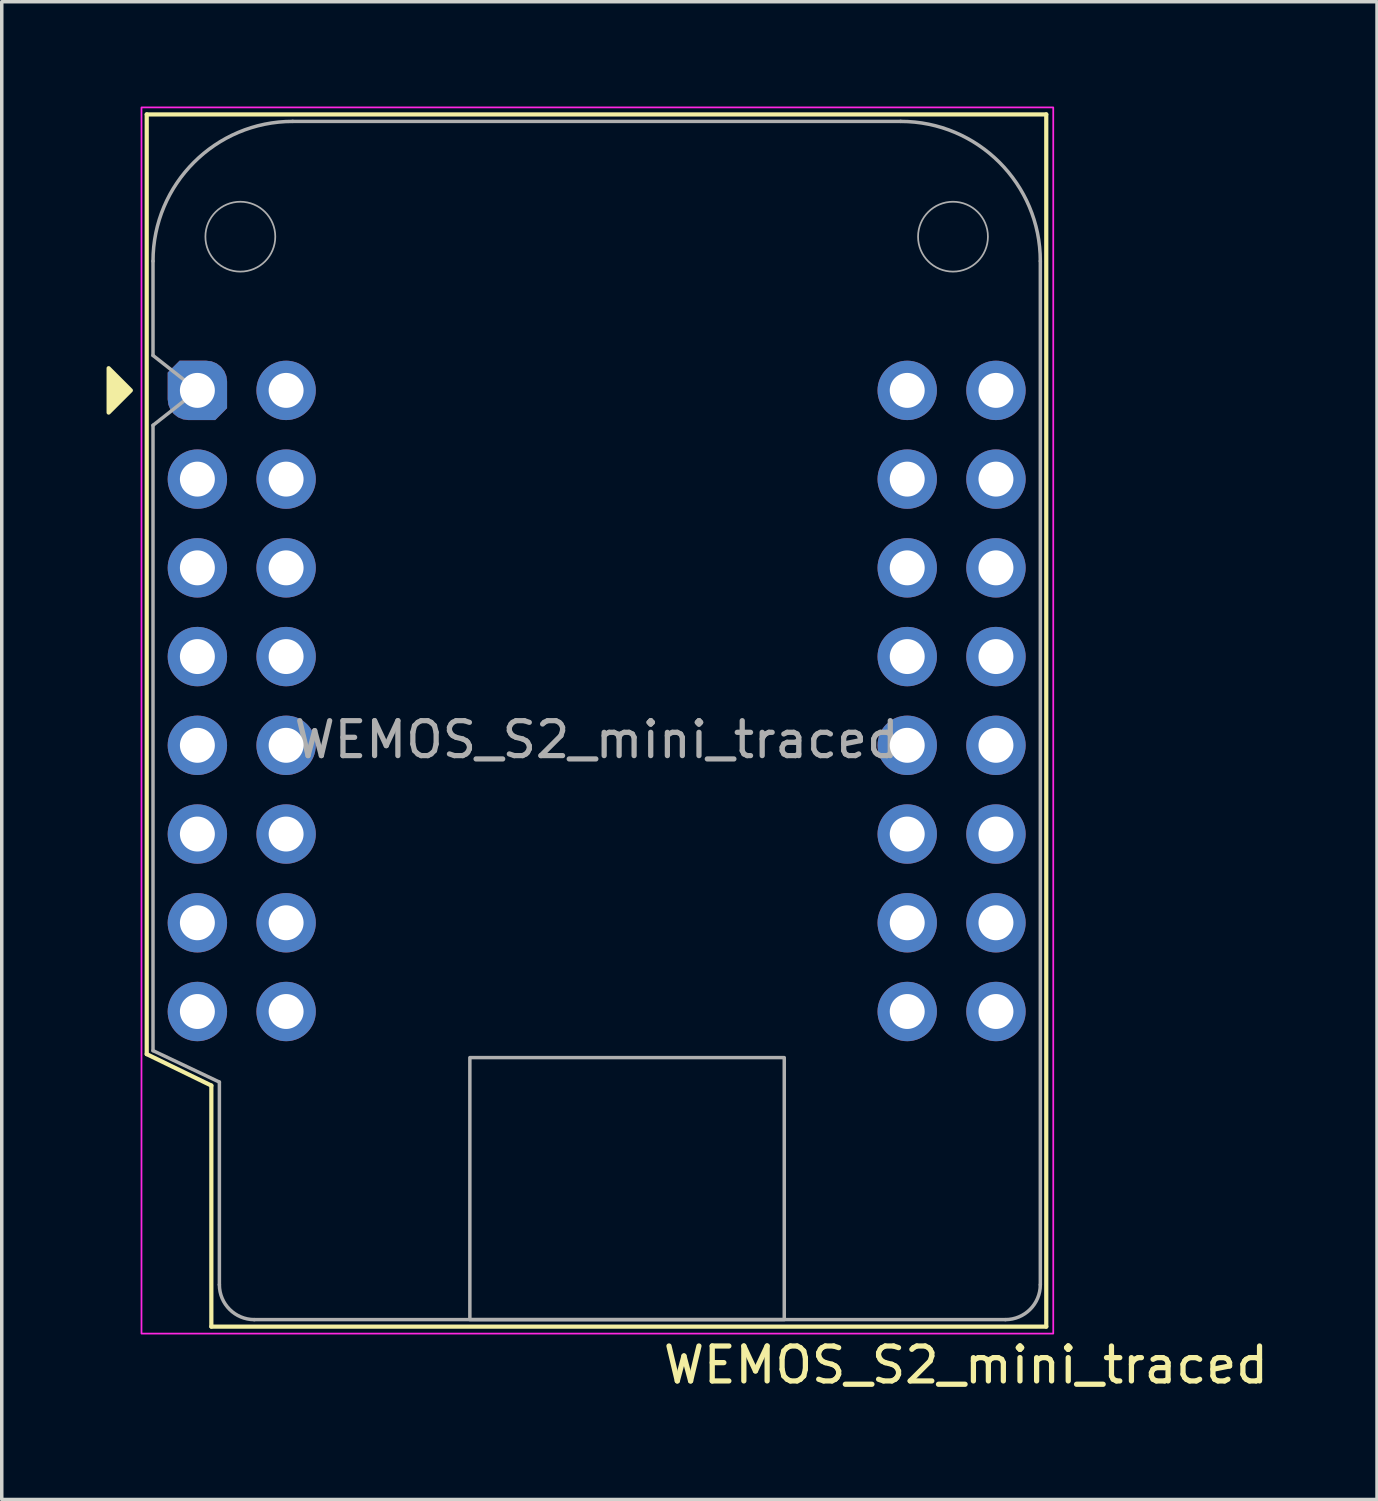
<source format=kicad_pcb>
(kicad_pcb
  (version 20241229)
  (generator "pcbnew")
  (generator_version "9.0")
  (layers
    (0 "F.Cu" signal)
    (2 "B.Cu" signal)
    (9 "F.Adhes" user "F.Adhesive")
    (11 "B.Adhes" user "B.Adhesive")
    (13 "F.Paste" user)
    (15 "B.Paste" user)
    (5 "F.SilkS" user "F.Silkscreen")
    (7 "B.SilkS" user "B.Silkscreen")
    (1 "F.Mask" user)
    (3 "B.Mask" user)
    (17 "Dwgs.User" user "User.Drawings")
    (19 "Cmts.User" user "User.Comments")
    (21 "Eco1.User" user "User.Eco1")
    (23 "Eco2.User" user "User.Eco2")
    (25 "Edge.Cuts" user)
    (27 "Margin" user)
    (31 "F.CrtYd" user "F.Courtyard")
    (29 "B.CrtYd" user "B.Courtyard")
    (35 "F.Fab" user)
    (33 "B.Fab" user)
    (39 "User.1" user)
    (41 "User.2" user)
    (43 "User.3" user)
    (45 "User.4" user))
  (footprint "WEMOS_S2_mini_traced"
    (layer "F.Cu")
    (at 2.6 8.125)
    (property "Reference" "WEMOS_S2_mini_traced" (at 22 27.9 0) (layer "F.SilkS") (effects (font (size 1 1) (thickness 0.15))))
    (attr through_hole)
    (fp_line (start -1.45 -7.9) (end 24.3 -7.9) (stroke (width 0.12) (type default)) (layer "F.SilkS"))
    (fp_line (start -1.45 19) (end -1.45 -7.9) (stroke (width 0.12) (type solid)) (layer "F.SilkS"))
    (fp_line (start -1.45 19) (end 0.4 19.9) (stroke (width 0.12) (type solid)) (layer "F.SilkS"))
    (fp_line (start 0.4 19.9) (end 0.4 26.8) (stroke (width 0.12) (type solid)) (layer "F.SilkS"))
    (fp_line (start 0.4 26.8) (end 24.3 26.8) (stroke (width 0.12) (type solid)) (layer "F.SilkS"))
    (fp_line (start 24.3 26.8) (end 24.3 -7.9) (stroke (width 0.12) (type solid)) (layer "F.SilkS"))
    (fp_poly (pts (xy -2.54 -0.635) (xy -2.54 0.635) (xy -1.905 0)) (stroke (width 0.12) (type solid)) (fill yes) (layer "F.SilkS"))
    (fp_rect (start -1.6 -8.1) (end 24.5 27) (stroke (width 0.05) (type default)) (fill no) (layer "F.CrtYd"))
    (fp_line (start -1.27 -3.7) (end -1.27 -1) (stroke (width 0.1) (type solid)) (layer "F.Fab"))
    (fp_line (start -1.27 1) (end -1.27 18.9) (stroke (width 0.1) (type solid)) (layer "F.Fab"))
    (fp_line (start -1.27 1) (end 0 0) (stroke (width 0.1) (type solid)) (layer "F.Fab"))
    (fp_line (start -1.27 18.9) (end 0.63 19.8) (stroke (width 0.1) (type solid)) (layer "F.Fab"))
    (fp_line (start 0 0) (end -1.27 -1) (stroke (width 0.1) (type solid)) (layer "F.Fab"))
    (fp_line (start 0.63 19.8) (end 0.63 25.6) (stroke (width 0.1) (type solid)) (layer "F.Fab"))
    (fp_line (start 1.63 26.6) (end 23.13 26.6) (stroke (width 0.1) (type solid)) (layer "F.Fab"))
    (fp_line (start 2.73 -7.7) (end 20.13 -7.7) (stroke (width 0.1) (type default)) (layer "F.Fab"))
    (fp_line (start 24.13 25.6) (end 24.13 -3.7) (stroke (width 0.1) (type solid)) (layer "F.Fab"))
    (fp_rect (start 7.8 19.1) (end 16.8 26.6) (stroke (width 0.1) (type default)) (fill no) (layer "F.Fab"))
    (fp_arc (start -1.27 -3.7) (mid -0.098427 -6.528427) (end 2.73 -7.7) (stroke (width 0.1) (type default)) (layer "F.Fab"))
    (fp_arc (start 1.63 26.6) (mid 0.922894 26.307107) (end 0.63 25.6) (stroke (width 0.1) (type default)) (layer "F.Fab"))
    (fp_arc (start 20.13 -7.7) (mid 22.958427 -6.528427) (end 24.13 -3.7) (stroke (width 0.1) (type default)) (layer "F.Fab"))
    (fp_arc (start 24.13 25.6) (mid 23.837107 26.307106) (end 23.13 26.6) (stroke (width 0.1) (type default)) (layer "F.Fab"))
    (fp_circle (center 1.23 -4.4) (end 2.23 -4.4) (stroke (width 0.05) (type default)) (fill no) (layer "F.Fab"))
    (fp_circle (center 21.63 -4.4) (end 22.63 -4.4) (stroke (width 0.05) (type default)) (fill no) (layer "F.Fab"))
    (fp_text user "${REFERENCE}" (at 11.43 10 0) (layer "F.Fab") (effects (font (size 1 1) (thickness 0.15))))
    (pad "1" thru_hole roundrect (at 0 0) (size 1.7 1.7) (drill 1) (layers "*.Cu" "*.Mask") (roundrect_rratio 0.35) (chamfer_ratio 0.2) (chamfer top_left bottom_right))
    (pad "2" thru_hole circle (at 0 2.54) (size 1.7 1.7) (drill 1) (layers "*.Cu" "*.Mask"))
    (pad "3" thru_hole circle (at 0 5.08) (size 1.7 1.7) (drill 1) (layers "*.Cu" "*.Mask"))
    (pad "4" thru_hole circle (at 0 7.62) (size 1.7 1.7) (drill 1) (layers "*.Cu" "*.Mask"))
    (pad "5" thru_hole circle (at 0 10.16) (size 1.7 1.7) (drill 1) (layers "*.Cu" "*.Mask"))
    (pad "6" thru_hole circle (at 0 12.7) (size 1.7 1.7) (drill 1) (layers "*.Cu" "*.Mask"))
    (pad "7" thru_hole circle (at 0 15.24) (size 1.7 1.7) (drill 1) (layers "*.Cu" "*.Mask"))
    (pad "8" thru_hole circle (at 0 17.78) (size 1.7 1.7) (drill 1) (layers "*.Cu" "*.Mask"))
    (pad "9" thru_hole circle (at 2.54 0) (size 1.7 1.7) (drill 1) (layers "*.Cu" "*.Mask"))
    (pad "10" thru_hole circle (at 2.54 2.54) (size 1.7 1.7) (drill 1) (layers "*.Cu" "*.Mask"))
    (pad "11" thru_hole circle (at 2.54 5.08) (size 1.7 1.7) (drill 1) (layers "*.Cu" "*.Mask"))
    (pad "12" thru_hole circle (at 2.54 7.62) (size 1.7 1.7) (drill 1) (layers "*.Cu" "*.Mask"))
    (pad "13" thru_hole circle (at 2.54 10.16) (size 1.7 1.7) (drill 1) (layers "*.Cu" "*.Mask"))
    (pad "14" thru_hole circle (at 2.54 12.7) (size 1.7 1.7) (drill 1) (layers "*.Cu" "*.Mask"))
    (pad "15" thru_hole circle (at 2.54 15.24) (size 1.7 1.7) (drill 1) (layers "*.Cu" "*.Mask"))
    (pad "16" thru_hole circle (at 2.54 17.78) (size 1.7 1.7) (drill 1) (layers "*.Cu" "*.Mask"))
    (pad "17" thru_hole circle (at 20.32 0) (size 1.7 1.7) (drill 1) (layers "*.Cu" "*.Mask"))
    (pad "18" thru_hole circle (at 20.32 2.54) (size 1.7 1.7) (drill 1) (layers "*.Cu" "*.Mask"))
    (pad "19" thru_hole circle (at 20.32 5.08) (size 1.7 1.7) (drill 1) (layers "*.Cu" "*.Mask"))
    (pad "20" thru_hole circle (at 20.32 7.62) (size 1.7 1.7) (drill 1) (layers "*.Cu" "*.Mask"))
    (pad "21" thru_hole circle (at 20.32 10.16) (size 1.7 1.7) (drill 1) (layers "*.Cu" "*.Mask"))
    (pad "22" thru_hole circle (at 20.32 12.7) (size 1.7 1.7) (drill 1) (layers "*.Cu" "*.Mask"))
    (pad "23" thru_hole circle (at 20.32 15.24) (size 1.7 1.7) (drill 1) (layers "*.Cu" "*.Mask"))
    (pad "24" thru_hole circle (at 20.32 17.78) (size 1.7 1.7) (drill 1) (layers "*.Cu" "*.Mask"))
    (pad "25" thru_hole circle (at 22.86 0) (size 1.7 1.7) (drill 1) (layers "*.Cu" "*.Mask"))
    (pad "26" thru_hole circle (at 22.86 2.54) (size 1.7 1.7) (drill 1) (layers "*.Cu" "*.Mask"))
    (pad "27" thru_hole circle (at 22.86 5.08) (size 1.7 1.7) (drill 1) (layers "*.Cu" "*.Mask"))
    (pad "28" thru_hole circle (at 22.86 7.62) (size 1.7 1.7) (drill 1) (layers "*.Cu" "*.Mask"))
    (pad "29" thru_hole circle (at 22.86 10.16) (size 1.7 1.7) (drill 1) (layers "*.Cu" "*.Mask"))
    (pad "30" thru_hole circle (at 22.86 12.7) (size 1.7 1.7) (drill 1) (layers "*.Cu" "*.Mask"))
    (pad "31" thru_hole circle (at 22.86 15.24) (size 1.7 1.7) (drill 1) (layers "*.Cu" "*.Mask"))
    (pad "32" thru_hole circle (at 22.86 17.78) (size 1.7 1.7) (drill 1) (layers "*.Cu" "*.Mask")))
  (gr_rect
    (start -3 -3)
    (end 36.368 39.873)
    (stroke (width 0.1) (type default))
    (fill no)
    (layer "Edge.Cuts")))
</source>
